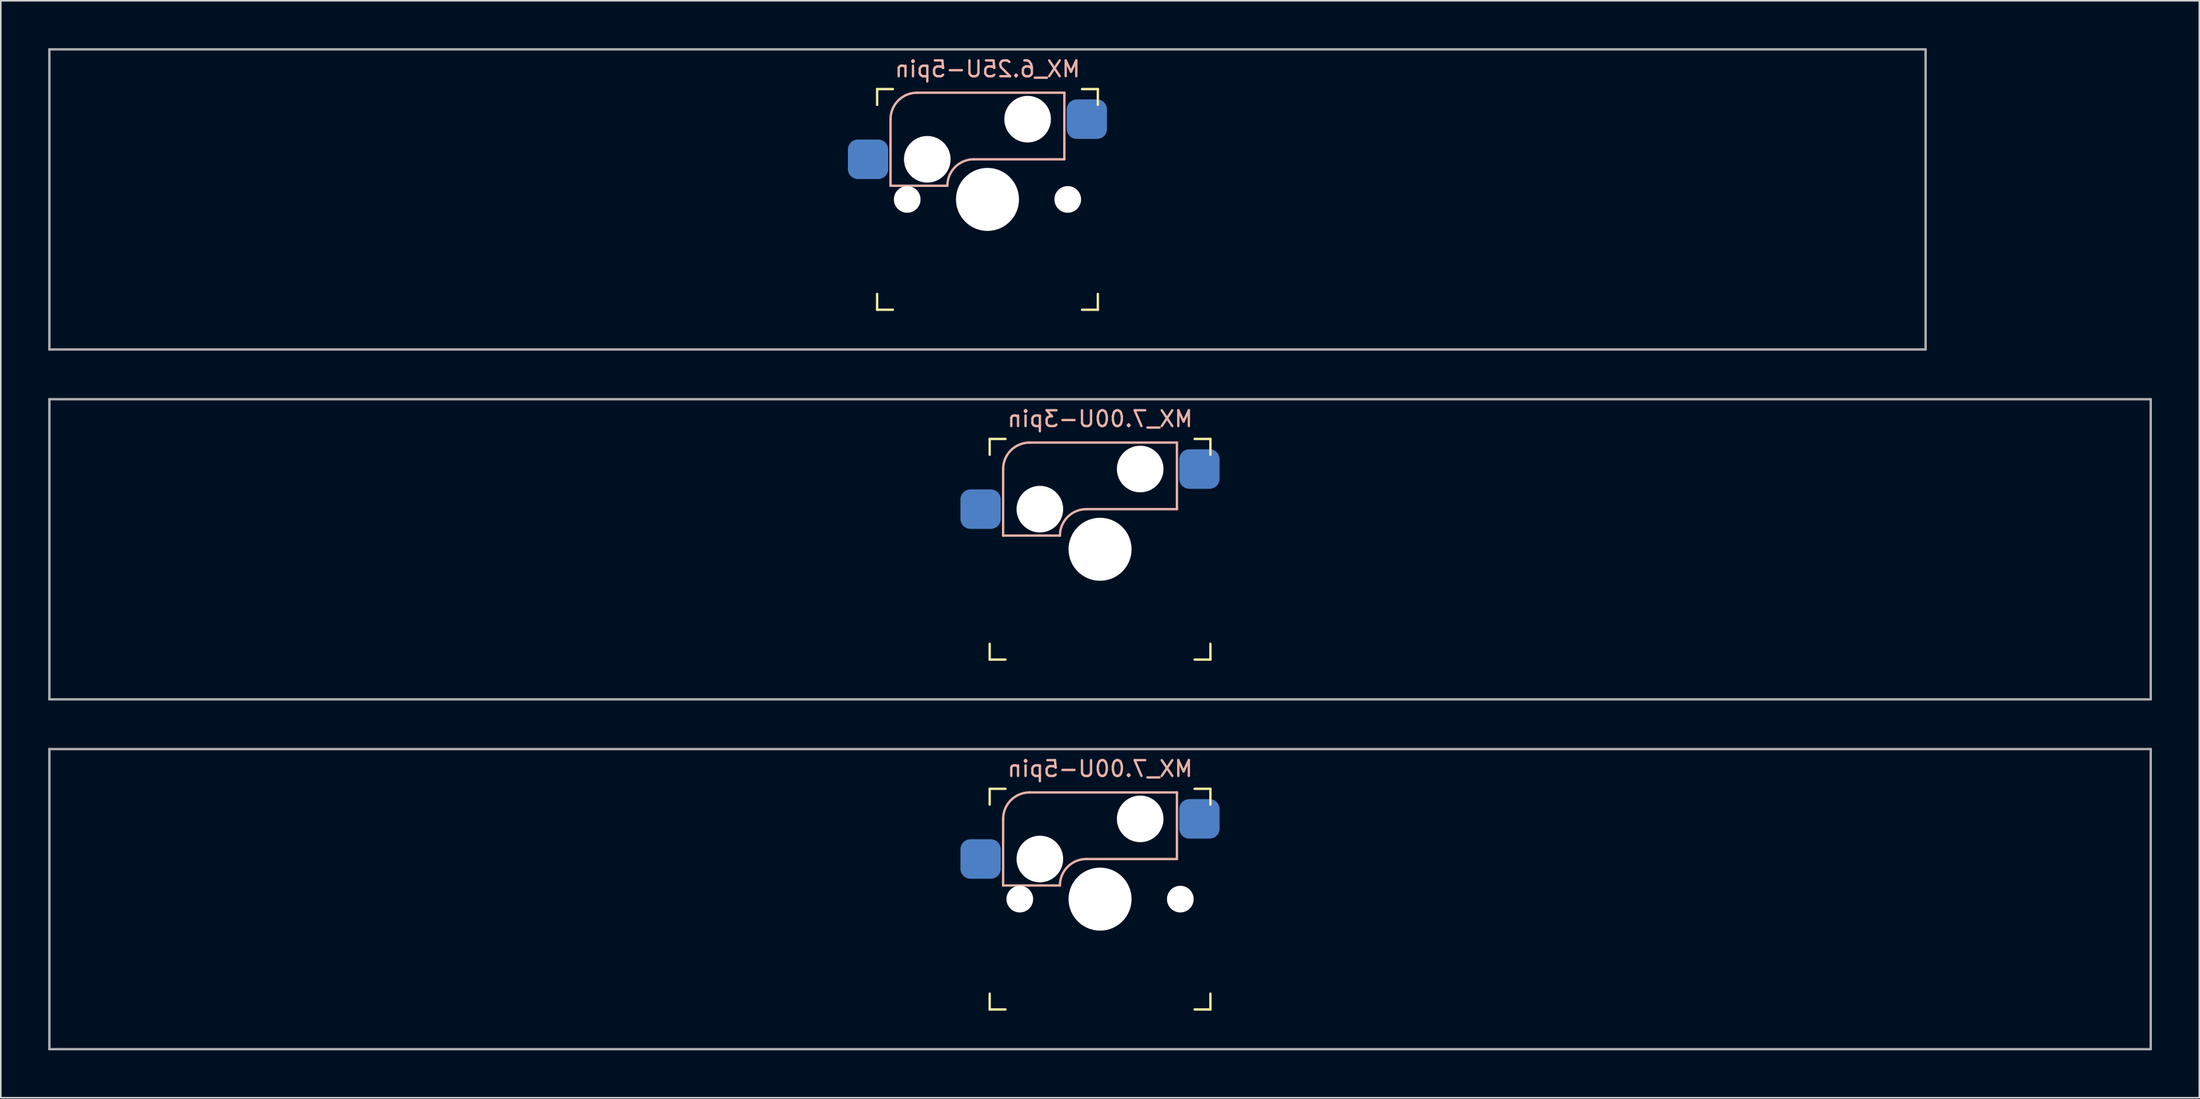
<source format=kicad_pcb>
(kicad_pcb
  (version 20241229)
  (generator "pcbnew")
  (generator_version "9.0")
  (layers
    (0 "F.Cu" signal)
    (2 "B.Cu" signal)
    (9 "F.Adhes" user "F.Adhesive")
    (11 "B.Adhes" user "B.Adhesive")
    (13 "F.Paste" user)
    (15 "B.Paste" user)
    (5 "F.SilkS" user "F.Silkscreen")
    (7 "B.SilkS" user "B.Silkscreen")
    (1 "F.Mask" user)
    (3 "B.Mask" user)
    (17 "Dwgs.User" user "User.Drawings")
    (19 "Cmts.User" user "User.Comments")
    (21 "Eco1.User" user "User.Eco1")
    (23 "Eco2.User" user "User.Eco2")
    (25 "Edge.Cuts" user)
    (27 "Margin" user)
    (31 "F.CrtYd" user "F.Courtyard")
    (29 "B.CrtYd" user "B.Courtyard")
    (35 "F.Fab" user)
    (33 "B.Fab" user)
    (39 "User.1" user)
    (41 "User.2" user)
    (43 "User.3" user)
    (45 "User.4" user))
  (footprint "MX_7.00U-3pin"
    (layer "F.Cu")
    (at 66.575 31.725)
    (property "Reference" "MX_7.00U-3pin" (at 0 -8.255 0) (layer "B.SilkS") (effects (font (size 1 1) (thickness 0.15)) (justify mirror)))
    (attr smd)
    (fp_line (start -6.985 -5.985) (end -6.985 -6.985) (stroke (width 0.15) (type solid)) (layer "F.SilkS"))
    (fp_line (start -6.985 6.985) (end -6.985 5.985) (stroke (width 0.15) (type solid)) (layer "F.SilkS"))
    (fp_line (start -6.985 6.985) (end -5.985 6.985) (stroke (width 0.15) (type solid)) (layer "F.SilkS"))
    (fp_line (start -5.985 -6.985) (end -6.985 -6.985) (stroke (width 0.15) (type solid)) (layer "F.SilkS"))
    (fp_line (start 5.985 6.985) (end 6.985 6.985) (stroke (width 0.15) (type solid)) (layer "F.SilkS"))
    (fp_line (start 6.985 -6.985) (end 5.985 -6.985) (stroke (width 0.15) (type solid)) (layer "F.SilkS"))
    (fp_line (start 6.985 -6.985) (end 6.985 -5.985) (stroke (width 0.15) (type solid)) (layer "F.SilkS"))
    (fp_line (start 6.985 5.985) (end 6.985 6.985) (stroke (width 0.15) (type solid)) (layer "F.SilkS"))
    (fp_line (start -6.135 -5.08) (end -6.135 -0.865) (stroke (width 0.15) (type solid)) (layer "B.SilkS"))
    (fp_line (start -6.135 -0.865) (end -2.54 -0.865) (stroke (width 0.15) (type solid)) (layer "B.SilkS"))
    (fp_line (start -4.46 -6.755) (end 4.865 -6.755) (stroke (width 0.15) (type solid)) (layer "B.SilkS"))
    (fp_line (start -0.865 -2.54) (end 4.865 -2.54) (stroke (width 0.15) (type solid)) (layer "B.SilkS"))
    (fp_line (start 4.865 -6.755) (end 4.865 -2.54) (stroke (width 0.15) (type solid)) (layer "B.SilkS"))
    (fp_arc (start -6.135 -5.08) (mid -5.644404 -6.264404) (end -4.46 -6.755) (stroke (width 0.15) (type solid)) (layer "B.SilkS"))
    (fp_arc (start -2.54 -0.865) (mid -2.049404 -2.049404) (end -0.865 -2.54) (stroke (width 0.15) (type solid)) (layer "B.SilkS"))
    (fp_line (start -6.985 6.985) (end -6.985 -6.985) (stroke (width 0.15) (type solid)) (layer "Eco2.User"))
    (fp_line (start -6.985 6.985) (end 6.985 6.985) (stroke (width 0.15) (type solid)) (layer "Eco2.User"))
    (fp_line (start 6.985 -6.985) (end -6.985 -6.985) (stroke (width 0.15) (type solid)) (layer "Eco2.User"))
    (fp_line (start 6.985 -6.985) (end 6.985 6.985) (stroke (width 0.15) (type solid)) (layer "Eco2.User"))
    (fp_line (start -66.5 -9.5) (end 66.5 -9.5) (stroke (width 0.15) (type solid)) (layer "F.Fab"))
    (fp_line (start -66.5 9.5) (end -66.5 -9.5) (stroke (width 0.15) (type solid)) (layer "F.Fab"))
    (fp_line (start 66.5 -9.5) (end 66.5 9.5) (stroke (width 0.15) (type solid)) (layer "F.Fab"))
    (fp_line (start 66.5 9.5) (end -66.5 9.5) (stroke (width 0.15) (type solid)) (layer "F.Fab"))
    (pad "" np_thru_hole circle (at -3.81 -2.54) (size 2.95 2.95) (drill 2.95) (layers "*.Cu" "*.Mask"))
    (pad "" np_thru_hole circle (at 0 0) (size 3.988 3.988) (drill 3.988) (layers "*.Cu" "*.Mask"))
    (pad "" np_thru_hole circle (at 2.54 -5.08) (size 2.95 2.95) (drill 2.95) (layers "*.Cu" "*.Mask"))
    (pad "1" smd roundrect (at 6.29 -5.08) (size 2.55 2.5) (layers "B.Cu" "B.Mask" "B.Paste") (roundrect_rratio 0.25))
    (pad "2" smd roundrect (at -7.56 -2.54) (size 2.55 2.5) (layers "B.Cu" "B.Mask" "B.Paste") (roundrect_rratio 0.25)))
  (footprint "MX_6.25U-5pin"
    (layer "F.Cu")
    (at 59.45 9.575)
    (property "Reference" "MX_6.25U-5pin" (at 0 -8.255 0) (layer "B.SilkS") (effects (font (size 1 1) (thickness 0.15)) (justify mirror)))
    (attr smd)
    (fp_line (start -6.985 -5.985) (end -6.985 -6.985) (stroke (width 0.15) (type solid)) (layer "F.SilkS"))
    (fp_line (start -6.985 6.985) (end -6.985 5.985) (stroke (width 0.15) (type solid)) (layer "F.SilkS"))
    (fp_line (start -6.985 6.985) (end -5.985 6.985) (stroke (width 0.15) (type solid)) (layer "F.SilkS"))
    (fp_line (start -5.985 -6.985) (end -6.985 -6.985) (stroke (width 0.15) (type solid)) (layer "F.SilkS"))
    (fp_line (start 5.985 6.985) (end 6.985 6.985) (stroke (width 0.15) (type solid)) (layer "F.SilkS"))
    (fp_line (start 6.985 -6.985) (end 5.985 -6.985) (stroke (width 0.15) (type solid)) (layer "F.SilkS"))
    (fp_line (start 6.985 -6.985) (end 6.985 -5.985) (stroke (width 0.15) (type solid)) (layer "F.SilkS"))
    (fp_line (start 6.985 5.985) (end 6.985 6.985) (stroke (width 0.15) (type solid)) (layer "F.SilkS"))
    (fp_line (start -6.135 -5.08) (end -6.135 -0.865) (stroke (width 0.15) (type solid)) (layer "B.SilkS"))
    (fp_line (start -6.135 -0.865) (end -2.54 -0.865) (stroke (width 0.15) (type solid)) (layer "B.SilkS"))
    (fp_line (start -4.46 -6.755) (end 4.865 -6.755) (stroke (width 0.15) (type solid)) (layer "B.SilkS"))
    (fp_line (start -0.865 -2.54) (end 4.865 -2.54) (stroke (width 0.15) (type solid)) (layer "B.SilkS"))
    (fp_line (start 4.865 -6.755) (end 4.865 -2.54) (stroke (width 0.15) (type solid)) (layer "B.SilkS"))
    (fp_arc (start -6.135 -5.08) (mid -5.644404 -6.264404) (end -4.46 -6.755) (stroke (width 0.15) (type solid)) (layer "B.SilkS"))
    (fp_arc (start -2.54 -0.865) (mid -2.049404 -2.049404) (end -0.865 -2.54) (stroke (width 0.15) (type solid)) (layer "B.SilkS"))
    (fp_line (start -6.985 6.985) (end -6.985 -6.985) (stroke (width 0.15) (type solid)) (layer "Eco2.User"))
    (fp_line (start -6.985 6.985) (end 6.985 6.985) (stroke (width 0.15) (type solid)) (layer "Eco2.User"))
    (fp_line (start 6.985 -6.985) (end -6.985 -6.985) (stroke (width 0.15) (type solid)) (layer "Eco2.User"))
    (fp_line (start 6.985 -6.985) (end 6.985 6.985) (stroke (width 0.15) (type solid)) (layer "Eco2.User"))
    (fp_line (start -59.375 -9.5) (end 59.375 -9.5) (stroke (width 0.15) (type solid)) (layer "F.Fab"))
    (fp_line (start -59.375 9.5) (end -59.375 -9.5) (stroke (width 0.15) (type solid)) (layer "F.Fab"))
    (fp_line (start 59.375 -9.5) (end 59.375 9.5) (stroke (width 0.15) (type solid)) (layer "F.Fab"))
    (fp_line (start 59.375 9.5) (end -59.375 9.5) (stroke (width 0.15) (type solid)) (layer "F.Fab"))
    (pad "" np_thru_hole circle (at -5.08 0) (size 1.688 1.688) (drill 1.688) (layers "*.Cu" "*.Mask"))
    (pad "" np_thru_hole circle (at -3.81 -2.54) (size 2.95 2.95) (drill 2.95) (layers "*.Cu" "*.Mask"))
    (pad "" np_thru_hole circle (at 0 0) (size 3.988 3.988) (drill 3.988) (layers "*.Cu" "*.Mask"))
    (pad "" np_thru_hole circle (at 2.54 -5.08) (size 2.95 2.95) (drill 2.95) (layers "*.Cu" "*.Mask"))
    (pad "" np_thru_hole circle (at 5.08 0) (size 1.688 1.688) (drill 1.688) (layers "*.Cu" "*.Mask"))
    (pad "1" smd roundrect (at 6.29 -5.08) (size 2.55 2.5) (layers "B.Cu" "B.Mask" "B.Paste") (roundrect_rratio 0.25))
    (pad "2" smd roundrect (at -7.56 -2.54) (size 2.55 2.5) (layers "B.Cu" "B.Mask" "B.Paste") (roundrect_rratio 0.25)))
  (footprint "MX_7.00U-5pin"
    (layer "F.Cu")
    (at 66.575 53.875)
    (property "Reference" "MX_7.00U-5pin" (at 0 -8.255 0) (layer "B.SilkS") (effects (font (size 1 1) (thickness 0.15)) (justify mirror)))
    (attr smd)
    (fp_line (start -6.985 -5.985) (end -6.985 -6.985) (stroke (width 0.15) (type solid)) (layer "F.SilkS"))
    (fp_line (start -6.985 6.985) (end -6.985 5.985) (stroke (width 0.15) (type solid)) (layer "F.SilkS"))
    (fp_line (start -6.985 6.985) (end -5.985 6.985) (stroke (width 0.15) (type solid)) (layer "F.SilkS"))
    (fp_line (start -5.985 -6.985) (end -6.985 -6.985) (stroke (width 0.15) (type solid)) (layer "F.SilkS"))
    (fp_line (start 5.985 6.985) (end 6.985 6.985) (stroke (width 0.15) (type solid)) (layer "F.SilkS"))
    (fp_line (start 6.985 -6.985) (end 5.985 -6.985) (stroke (width 0.15) (type solid)) (layer "F.SilkS"))
    (fp_line (start 6.985 -6.985) (end 6.985 -5.985) (stroke (width 0.15) (type solid)) (layer "F.SilkS"))
    (fp_line (start 6.985 5.985) (end 6.985 6.985) (stroke (width 0.15) (type solid)) (layer "F.SilkS"))
    (fp_line (start -6.135 -5.08) (end -6.135 -0.865) (stroke (width 0.15) (type solid)) (layer "B.SilkS"))
    (fp_line (start -6.135 -0.865) (end -2.54 -0.865) (stroke (width 0.15) (type solid)) (layer "B.SilkS"))
    (fp_line (start -4.46 -6.755) (end 4.865 -6.755) (stroke (width 0.15) (type solid)) (layer "B.SilkS"))
    (fp_line (start -0.865 -2.54) (end 4.865 -2.54) (stroke (width 0.15) (type solid)) (layer "B.SilkS"))
    (fp_line (start 4.865 -6.755) (end 4.865 -2.54) (stroke (width 0.15) (type solid)) (layer "B.SilkS"))
    (fp_arc (start -6.135 -5.08) (mid -5.644404 -6.264404) (end -4.46 -6.755) (stroke (width 0.15) (type solid)) (layer "B.SilkS"))
    (fp_arc (start -2.54 -0.865) (mid -2.049404 -2.049404) (end -0.865 -2.54) (stroke (width 0.15) (type solid)) (layer "B.SilkS"))
    (fp_line (start -6.985 6.985) (end -6.985 -6.985) (stroke (width 0.15) (type solid)) (layer "Eco2.User"))
    (fp_line (start -6.985 6.985) (end 6.985 6.985) (stroke (width 0.15) (type solid)) (layer "Eco2.User"))
    (fp_line (start 6.985 -6.985) (end -6.985 -6.985) (stroke (width 0.15) (type solid)) (layer "Eco2.User"))
    (fp_line (start 6.985 -6.985) (end 6.985 6.985) (stroke (width 0.15) (type solid)) (layer "Eco2.User"))
    (fp_line (start -66.5 -9.5) (end 66.5 -9.5) (stroke (width 0.15) (type solid)) (layer "F.Fab"))
    (fp_line (start -66.5 9.5) (end -66.5 -9.5) (stroke (width 0.15) (type solid)) (layer "F.Fab"))
    (fp_line (start 66.5 -9.5) (end 66.5 9.5) (stroke (width 0.15) (type solid)) (layer "F.Fab"))
    (fp_line (start 66.5 9.5) (end -66.5 9.5) (stroke (width 0.15) (type solid)) (layer "F.Fab"))
    (pad "" np_thru_hole circle (at -5.08 0) (size 1.688 1.688) (drill 1.688) (layers "*.Cu" "*.Mask"))
    (pad "" np_thru_hole circle (at -3.81 -2.54) (size 2.95 2.95) (drill 2.95) (layers "*.Cu" "*.Mask"))
    (pad "" np_thru_hole circle (at 0 0) (size 3.988 3.988) (drill 3.988) (layers "*.Cu" "*.Mask"))
    (pad "" np_thru_hole circle (at 2.54 -5.08) (size 2.95 2.95) (drill 2.95) (layers "*.Cu" "*.Mask"))
    (pad "" np_thru_hole circle (at 5.08 0) (size 1.688 1.688) (drill 1.688) (layers "*.Cu" "*.Mask"))
    (pad "1" smd roundrect (at 6.29 -5.08) (size 2.55 2.5) (layers "B.Cu" "B.Mask" "B.Paste") (roundrect_rratio 0.25))
    (pad "2" smd roundrect (at -7.56 -2.54) (size 2.55 2.5) (layers "B.Cu" "B.Mask" "B.Paste") (roundrect_rratio 0.25)))
  (gr_rect
    (start -3 -3)
    (end 136.15 66.45)
    (stroke (width 0.1) (type default))
    (fill no)
    (layer "Edge.Cuts")))
</source>
